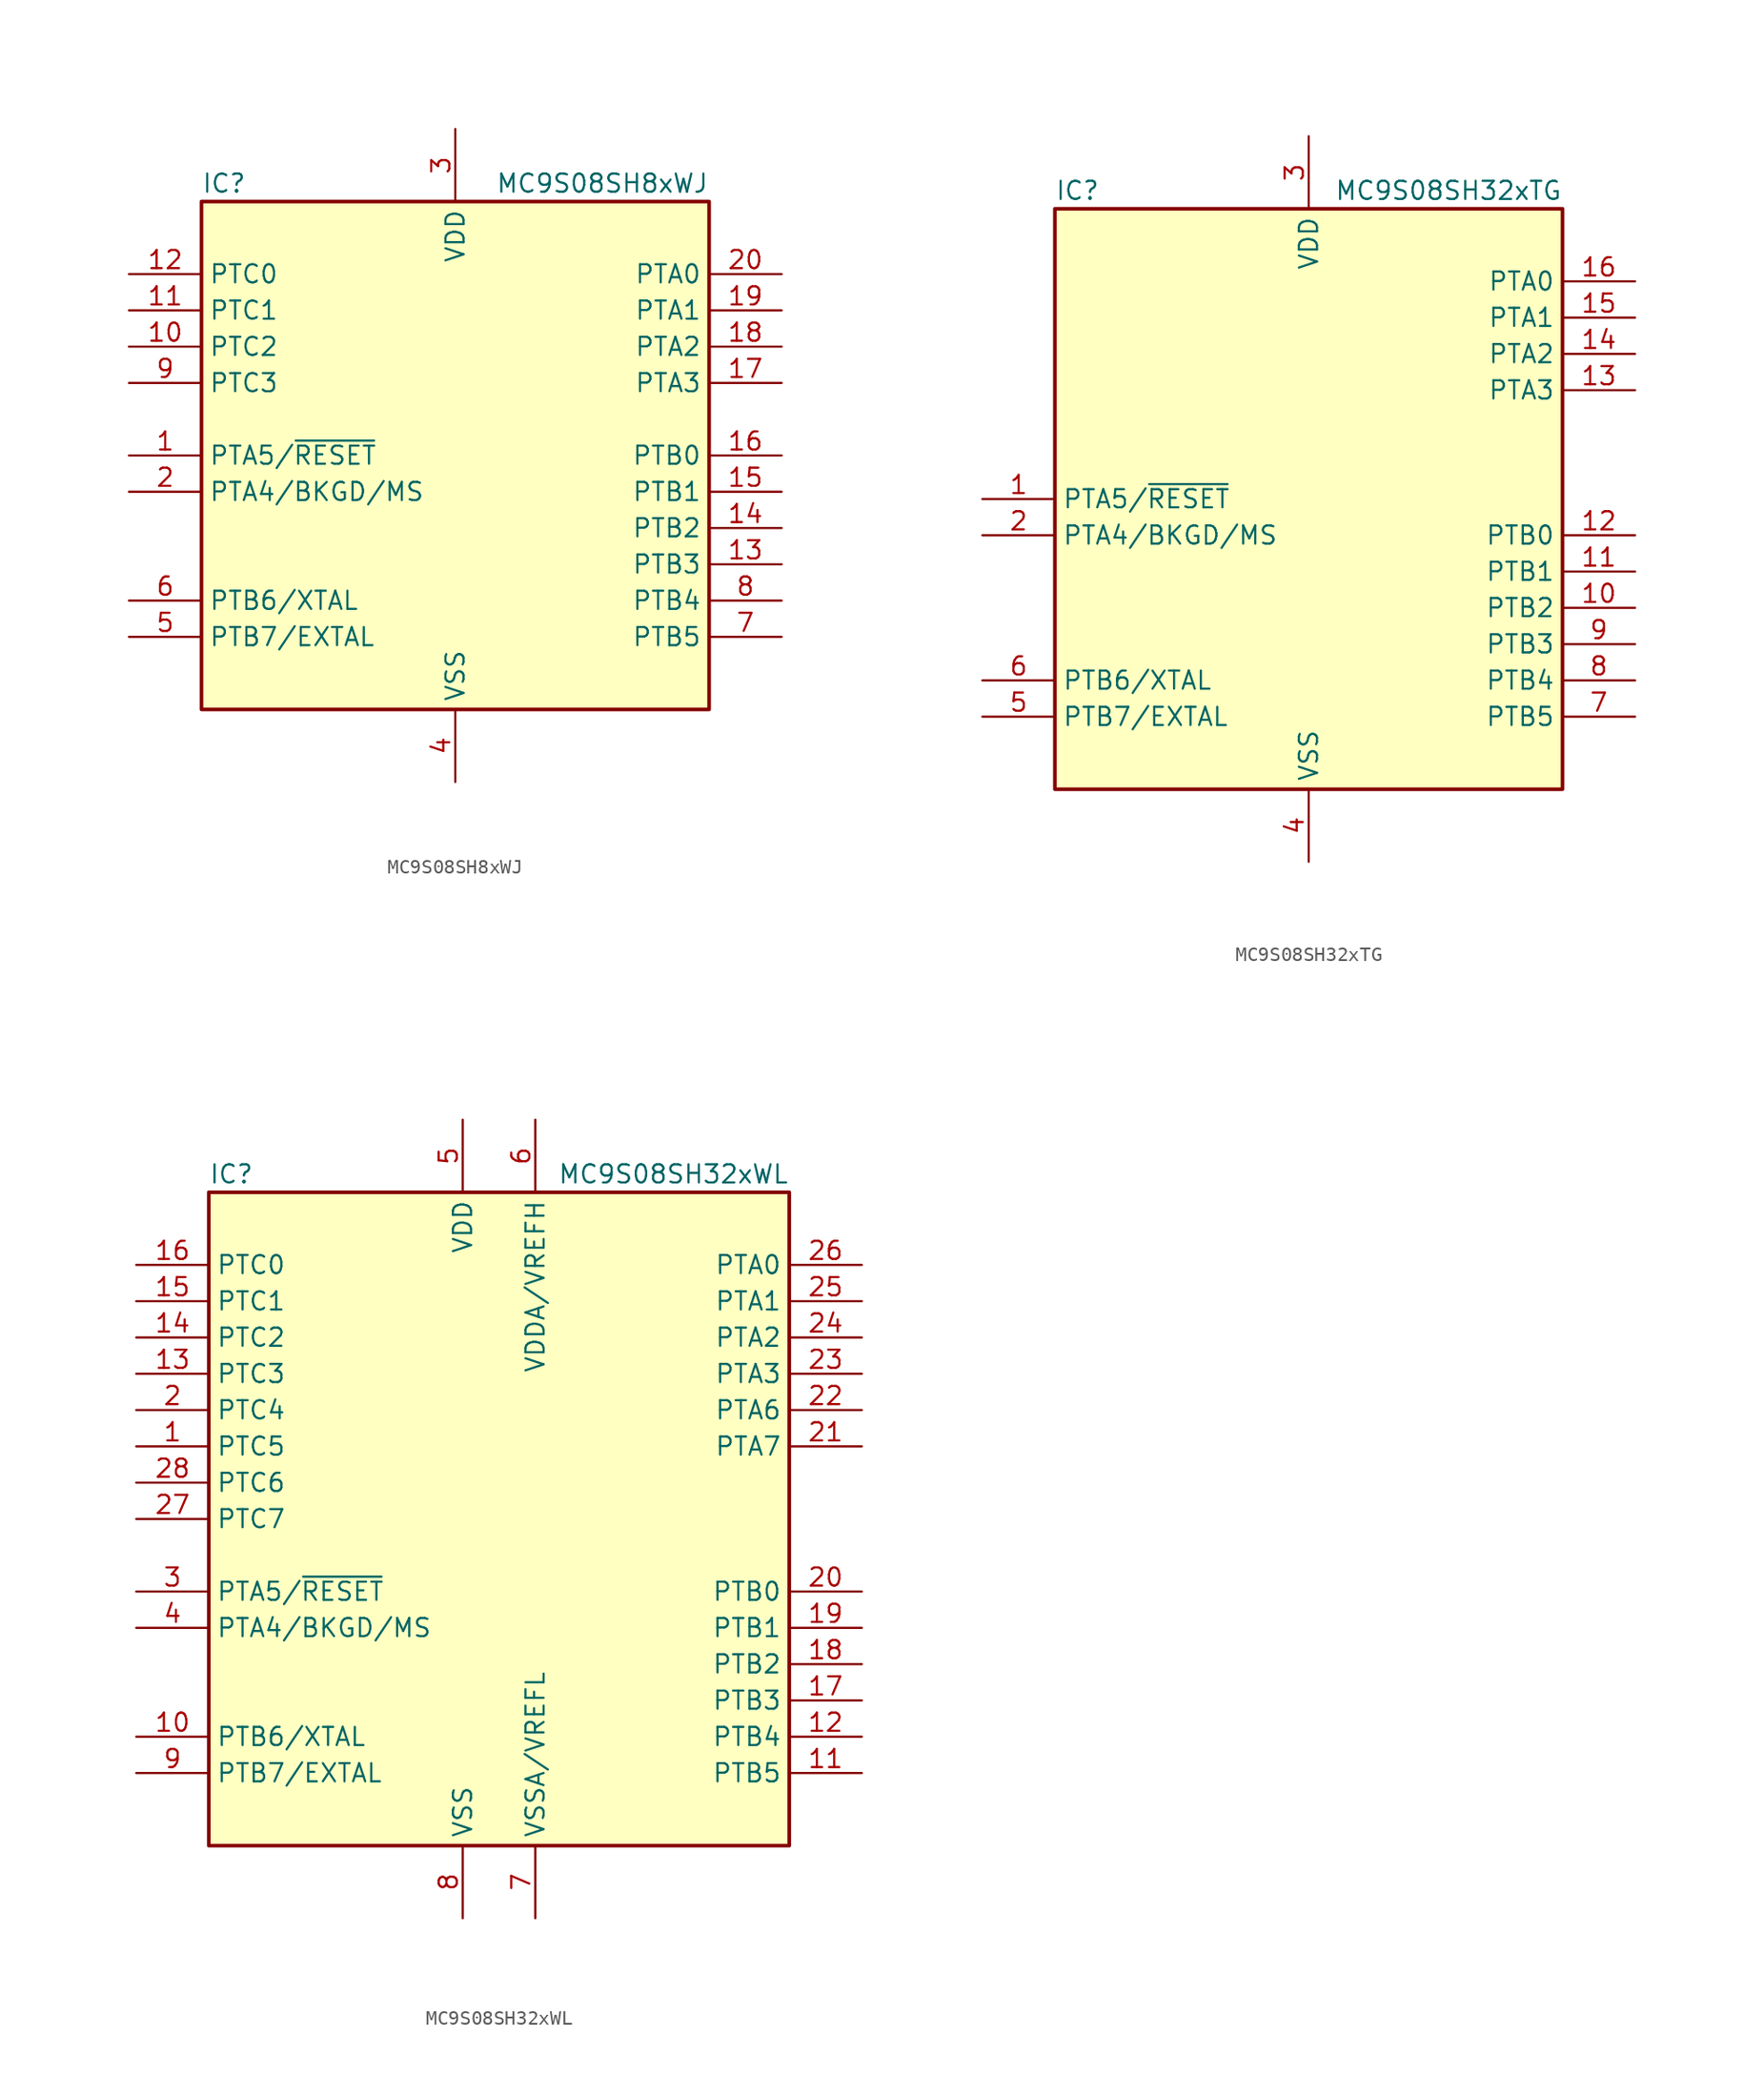
<source format=kicad_sym>
(kicad_symbol_lib
  (version 20201005)
  (generator kicad_symbol_editor)
  (symbol "MC9S08SH8xWJ"
    (property "Reference" "IC"
      (at -17.78 19.05 0)
      (effects (font (size 1.27 1.27)) (justify left)))
    (property "Value" "MC9S08SH8xWJ"
      (at 17.78 19.05 0)
      (effects (font (size 1.27 1.27)) (justify right)))
    (symbol "MC9S08SH8xWJ_0_1"
      (rectangle (start -17.78 17.78) (end 17.78 -17.78) (stroke (width 0.254)) (fill (type background))))
    (symbol "MC9S08SH8xWJ_1_1"
      (pin bidirectional line (at -22.86 0 0) (length 5.08) (name "PTA5/~RESET" (effects (font (size 1.27 1.27)))) (number "1" (effects (font (size 1.27 1.27)))))
      (pin bidirectional line (at -22.86 7.62 0) (length 5.08) (name "PTC2" (effects (font (size 1.27 1.27)))) (number "10" (effects (font (size 1.27 1.27)))))
      (pin bidirectional line (at -22.86 10.16 0) (length 5.08) (name "PTC1" (effects (font (size 1.27 1.27)))) (number "11" (effects (font (size 1.27 1.27)))))
      (pin bidirectional line (at -22.86 12.7 0) (length 5.08) (name "PTC0" (effects (font (size 1.27 1.27)))) (number "12" (effects (font (size 1.27 1.27)))))
      (pin bidirectional line (at 22.86 -7.62 180) (length 5.08) (name "PTB3" (effects (font (size 1.27 1.27)))) (number "13" (effects (font (size 1.27 1.27)))))
      (pin bidirectional line (at 22.86 -5.08 180) (length 5.08) (name "PTB2" (effects (font (size 1.27 1.27)))) (number "14" (effects (font (size 1.27 1.27)))))
      (pin bidirectional line (at 22.86 -2.54 180) (length 5.08) (name "PTB1" (effects (font (size 1.27 1.27)))) (number "15" (effects (font (size 1.27 1.27)))))
      (pin bidirectional line (at 22.86 0 180) (length 5.08) (name "PTB0" (effects (font (size 1.27 1.27)))) (number "16" (effects (font (size 1.27 1.27)))))
      (pin bidirectional line (at 22.86 5.08 180) (length 5.08) (name "PTA3" (effects (font (size 1.27 1.27)))) (number "17" (effects (font (size 1.27 1.27)))))
      (pin bidirectional line (at 22.86 7.62 180) (length 5.08) (name "PTA2" (effects (font (size 1.27 1.27)))) (number "18" (effects (font (size 1.27 1.27)))))
      (pin bidirectional line (at 22.86 10.16 180) (length 5.08) (name "PTA1" (effects (font (size 1.27 1.27)))) (number "19" (effects (font (size 1.27 1.27)))))
      (pin bidirectional line (at -22.86 -2.54 0) (length 5.08) (name "PTA4/BKGD/MS" (effects (font (size 1.27 1.27)))) (number "2" (effects (font (size 1.27 1.27)))))
      (pin bidirectional line (at 22.86 12.7 180) (length 5.08) (name "PTA0" (effects (font (size 1.27 1.27)))) (number "20" (effects (font (size 1.27 1.27)))))
      (pin power_in line (at 0 22.86 270) (length 5.08) (name "VDD" (effects (font (size 1.27 1.27)))) (number "3" (effects (font (size 1.27 1.27)))))
      (pin power_in line (at 0 -22.86 90) (length 5.08) (name "VSS" (effects (font (size 1.27 1.27)))) (number "4" (effects (font (size 1.27 1.27)))))
      (pin bidirectional line (at -22.86 -12.7 0) (length 5.08) (name "PTB7/EXTAL" (effects (font (size 1.27 1.27)))) (number "5" (effects (font (size 1.27 1.27)))))
      (pin bidirectional line (at -22.86 -10.16 0) (length 5.08) (name "PTB6/XTAL" (effects (font (size 1.27 1.27)))) (number "6" (effects (font (size 1.27 1.27)))))
      (pin bidirectional line (at 22.86 -12.7 180) (length 5.08) (name "PTB5" (effects (font (size 1.27 1.27)))) (number "7" (effects (font (size 1.27 1.27)))))
      (pin bidirectional line (at 22.86 -10.16 180) (length 5.08) (name "PTB4" (effects (font (size 1.27 1.27)))) (number "8" (effects (font (size 1.27 1.27)))))
      (pin bidirectional line (at -22.86 5.08 0) (length 5.08) (name "PTC3" (effects (font (size 1.27 1.27)))) (number "9" (effects (font (size 1.27 1.27)))))))
  (symbol "MC9S08SH32xTG"
    (property "Reference" "IC"
      (at -17.78 21.59 0)
      (effects (font (size 1.27 1.27)) (justify left)))
    (property "Value" "MC9S08SH32xTG"
      (at 17.78 21.59 0)
      (effects (font (size 1.27 1.27)) (justify right)))
    (symbol "MC9S08SH32xTG_0_1"
      (rectangle (start -17.78 20.32) (end 17.78 -20.32) (stroke (width 0.254)) (fill (type background))))
    (symbol "MC9S08SH32xTG_1_1"
      (pin bidirectional line (at -22.86 0 0) (length 5.08) (name "PTA5/~RESET" (effects (font (size 1.27 1.27)))) (number "1" (effects (font (size 1.27 1.27)))))
      (pin bidirectional line (at 22.86 -7.62 180) (length 5.08) (name "PTB2" (effects (font (size 1.27 1.27)))) (number "10" (effects (font (size 1.27 1.27)))))
      (pin bidirectional line (at 22.86 -5.08 180) (length 5.08) (name "PTB1" (effects (font (size 1.27 1.27)))) (number "11" (effects (font (size 1.27 1.27)))))
      (pin bidirectional line (at 22.86 -2.54 180) (length 5.08) (name "PTB0" (effects (font (size 1.27 1.27)))) (number "12" (effects (font (size 1.27 1.27)))))
      (pin bidirectional line (at 22.86 7.62 180) (length 5.08) (name "PTA3" (effects (font (size 1.27 1.27)))) (number "13" (effects (font (size 1.27 1.27)))))
      (pin bidirectional line (at 22.86 10.16 180) (length 5.08) (name "PTA2" (effects (font (size 1.27 1.27)))) (number "14" (effects (font (size 1.27 1.27)))))
      (pin bidirectional line (at 22.86 12.7 180) (length 5.08) (name "PTA1" (effects (font (size 1.27 1.27)))) (number "15" (effects (font (size 1.27 1.27)))))
      (pin bidirectional line (at 22.86 15.24 180) (length 5.08) (name "PTA0" (effects (font (size 1.27 1.27)))) (number "16" (effects (font (size 1.27 1.27)))))
      (pin bidirectional line (at -22.86 -2.54 0) (length 5.08) (name "PTA4/BKGD/MS" (effects (font (size 1.27 1.27)))) (number "2" (effects (font (size 1.27 1.27)))))
      (pin power_in line (at 0 25.4 270) (length 5.08) (name "VDD" (effects (font (size 1.27 1.27)))) (number "3" (effects (font (size 1.27 1.27)))))
      (pin power_in line (at 0 -25.4 90) (length 5.08) (name "VSS" (effects (font (size 1.27 1.27)))) (number "4" (effects (font (size 1.27 1.27)))))
      (pin bidirectional line (at -22.86 -15.24 0) (length 5.08) (name "PTB7/EXTAL" (effects (font (size 1.27 1.27)))) (number "5" (effects (font (size 1.27 1.27)))))
      (pin bidirectional line (at -22.86 -12.7 0) (length 5.08) (name "PTB6/XTAL" (effects (font (size 1.27 1.27)))) (number "6" (effects (font (size 1.27 1.27)))))
      (pin bidirectional line (at 22.86 -15.24 180) (length 5.08) (name "PTB5" (effects (font (size 1.27 1.27)))) (number "7" (effects (font (size 1.27 1.27)))))
      (pin bidirectional line (at 22.86 -12.7 180) (length 5.08) (name "PTB4" (effects (font (size 1.27 1.27)))) (number "8" (effects (font (size 1.27 1.27)))))
      (pin bidirectional line (at 22.86 -10.16 180) (length 5.08) (name "PTB3" (effects (font (size 1.27 1.27)))) (number "9" (effects (font (size 1.27 1.27)))))))
  (symbol "MC9S08SH32xWL"
    (property "Reference" "IC"
      (at -20.32 24.13 0)
      (effects (font (size 1.27 1.27)) (justify left)))
    (property "Value" "MC9S08SH32xWL"
      (at 20.32 24.13 0)
      (effects (font (size 1.27 1.27)) (justify right)))
    (symbol "MC9S08SH32xWL_0_1"
      (rectangle (start -20.32 22.86) (end 20.32 -22.86) (stroke (width 0.254)) (fill (type background))))
    (symbol "MC9S08SH32xWL_1_1"
      (pin bidirectional line (at -25.4 5.08 0) (length 5.08) (name "PTC5" (effects (font (size 1.27 1.27)))) (number "1" (effects (font (size 1.27 1.27)))))
      (pin bidirectional line (at -25.4 -15.24 0) (length 5.08) (name "PTB6/XTAL" (effects (font (size 1.27 1.27)))) (number "10" (effects (font (size 1.27 1.27)))))
      (pin bidirectional line (at 25.4 -17.78 180) (length 5.08) (name "PTB5" (effects (font (size 1.27 1.27)))) (number "11" (effects (font (size 1.27 1.27)))))
      (pin bidirectional line (at 25.4 -15.24 180) (length 5.08) (name "PTB4" (effects (font (size 1.27 1.27)))) (number "12" (effects (font (size 1.27 1.27)))))
      (pin bidirectional line (at -25.4 10.16 0) (length 5.08) (name "PTC3" (effects (font (size 1.27 1.27)))) (number "13" (effects (font (size 1.27 1.27)))))
      (pin bidirectional line (at -25.4 12.7 0) (length 5.08) (name "PTC2" (effects (font (size 1.27 1.27)))) (number "14" (effects (font (size 1.27 1.27)))))
      (pin bidirectional line (at -25.4 15.24 0) (length 5.08) (name "PTC1" (effects (font (size 1.27 1.27)))) (number "15" (effects (font (size 1.27 1.27)))))
      (pin bidirectional line (at -25.4 17.78 0) (length 5.08) (name "PTC0" (effects (font (size 1.27 1.27)))) (number "16" (effects (font (size 1.27 1.27)))))
      (pin bidirectional line (at 25.4 -12.7 180) (length 5.08) (name "PTB3" (effects (font (size 1.27 1.27)))) (number "17" (effects (font (size 1.27 1.27)))))
      (pin bidirectional line (at 25.4 -10.16 180) (length 5.08) (name "PTB2" (effects (font (size 1.27 1.27)))) (number "18" (effects (font (size 1.27 1.27)))))
      (pin bidirectional line (at 25.4 -7.62 180) (length 5.08) (name "PTB1" (effects (font (size 1.27 1.27)))) (number "19" (effects (font (size 1.27 1.27)))))
      (pin bidirectional line (at -25.4 7.62 0) (length 5.08) (name "PTC4" (effects (font (size 1.27 1.27)))) (number "2" (effects (font (size 1.27 1.27)))))
      (pin bidirectional line (at 25.4 -5.08 180) (length 5.08) (name "PTB0" (effects (font (size 1.27 1.27)))) (number "20" (effects (font (size 1.27 1.27)))))
      (pin bidirectional line (at 25.4 5.08 180) (length 5.08) (name "PTA7" (effects (font (size 1.27 1.27)))) (number "21" (effects (font (size 1.27 1.27)))))
      (pin bidirectional line (at 25.4 7.62 180) (length 5.08) (name "PTA6" (effects (font (size 1.27 1.27)))) (number "22" (effects (font (size 1.27 1.27)))))
      (pin bidirectional line (at 25.4 10.16 180) (length 5.08) (name "PTA3" (effects (font (size 1.27 1.27)))) (number "23" (effects (font (size 1.27 1.27)))))
      (pin bidirectional line (at 25.4 12.7 180) (length 5.08) (name "PTA2" (effects (font (size 1.27 1.27)))) (number "24" (effects (font (size 1.27 1.27)))))
      (pin bidirectional line (at 25.4 15.24 180) (length 5.08) (name "PTA1" (effects (font (size 1.27 1.27)))) (number "25" (effects (font (size 1.27 1.27)))))
      (pin bidirectional line (at 25.4 17.78 180) (length 5.08) (name "PTA0" (effects (font (size 1.27 1.27)))) (number "26" (effects (font (size 1.27 1.27)))))
      (pin bidirectional line (at -25.4 0 0) (length 5.08) (name "PTC7" (effects (font (size 1.27 1.27)))) (number "27" (effects (font (size 1.27 1.27)))))
      (pin bidirectional line (at -25.4 2.54 0) (length 5.08) (name "PTC6" (effects (font (size 1.27 1.27)))) (number "28" (effects (font (size 1.27 1.27)))))
      (pin bidirectional line (at -25.4 -5.08 0) (length 5.08) (name "PTA5/~RESET" (effects (font (size 1.27 1.27)))) (number "3" (effects (font (size 1.27 1.27)))))
      (pin bidirectional line (at -25.4 -7.62 0) (length 5.08) (name "PTA4/BKGD/MS" (effects (font (size 1.27 1.27)))) (number "4" (effects (font (size 1.27 1.27)))))
      (pin power_in line (at -2.54 27.94 270) (length 5.08) (name "VDD" (effects (font (size 1.27 1.27)))) (number "5" (effects (font (size 1.27 1.27)))))
      (pin power_in line (at 2.54 27.94 270) (length 5.08) (name "VDDA/VREFH" (effects (font (size 1.27 1.27)))) (number "6" (effects (font (size 1.27 1.27)))))
      (pin power_in line (at 2.54 -27.94 90) (length 5.08) (name "VSSA/VREFL" (effects (font (size 1.27 1.27)))) (number "7" (effects (font (size 1.27 1.27)))))
      (pin power_in line (at -2.54 -27.94 90) (length 5.08) (name "VSS" (effects (font (size 1.27 1.27)))) (number "8" (effects (font (size 1.27 1.27)))))
      (pin bidirectional line (at -25.4 -17.78 0) (length 5.08) (name "PTB7/EXTAL" (effects (font (size 1.27 1.27)))) (number "9" (effects (font (size 1.27 1.27))))))))
</source>
